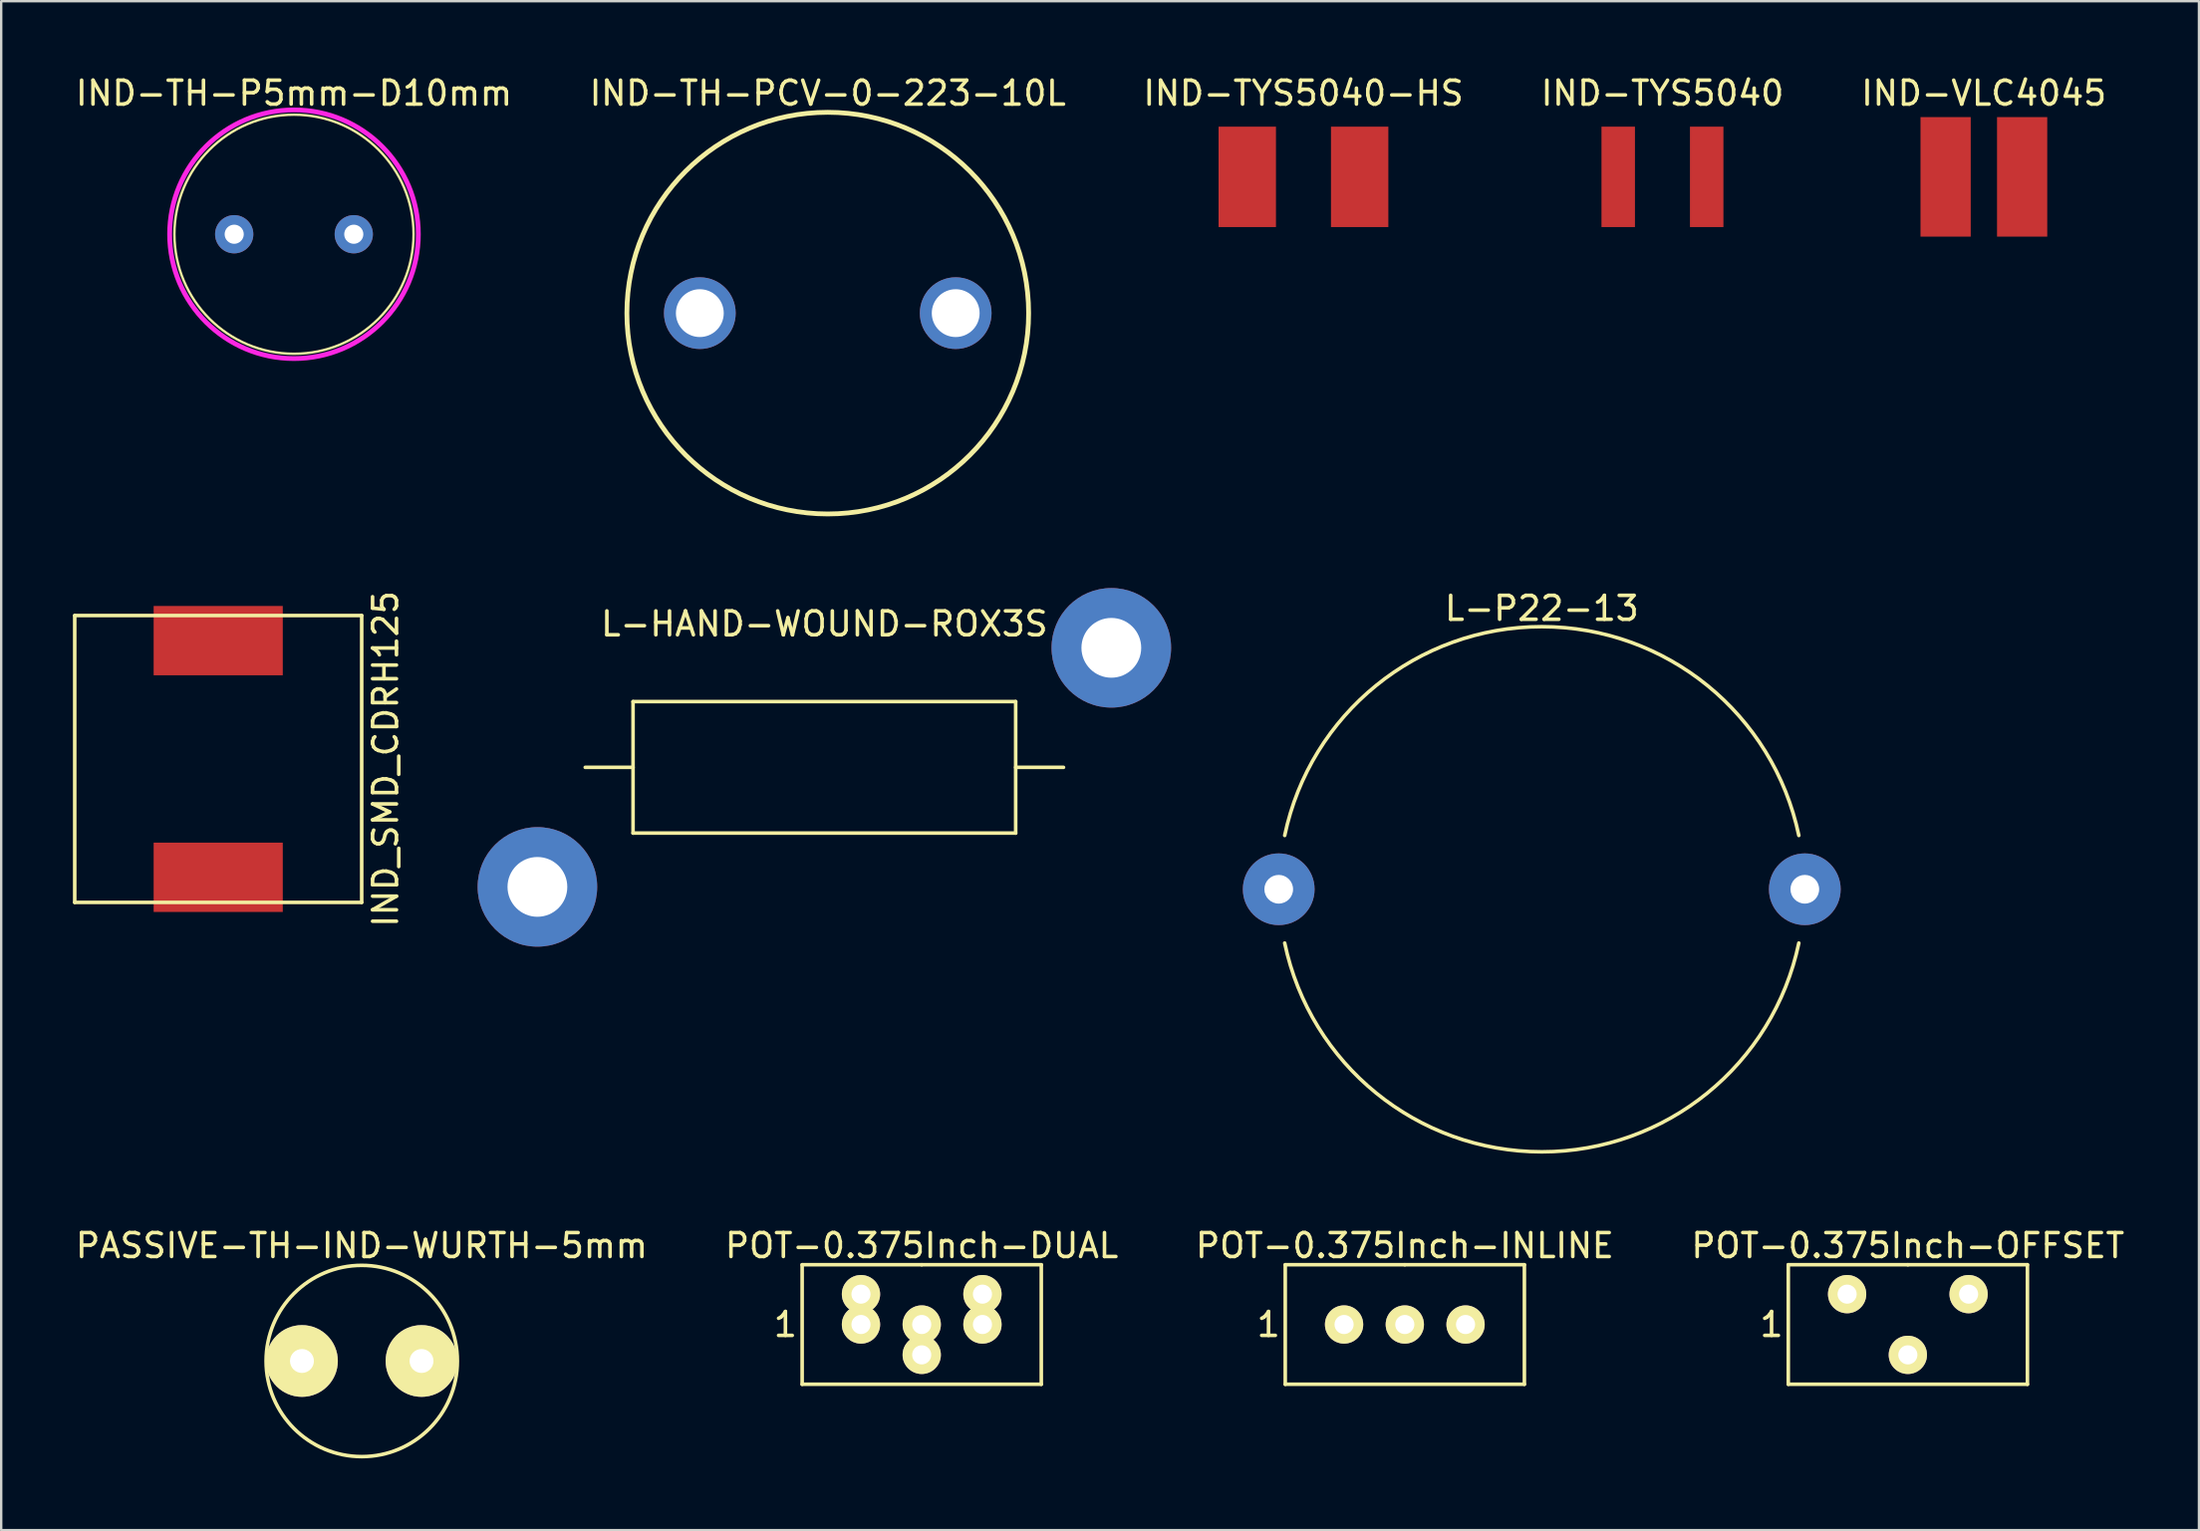
<source format=kicad_pcb>
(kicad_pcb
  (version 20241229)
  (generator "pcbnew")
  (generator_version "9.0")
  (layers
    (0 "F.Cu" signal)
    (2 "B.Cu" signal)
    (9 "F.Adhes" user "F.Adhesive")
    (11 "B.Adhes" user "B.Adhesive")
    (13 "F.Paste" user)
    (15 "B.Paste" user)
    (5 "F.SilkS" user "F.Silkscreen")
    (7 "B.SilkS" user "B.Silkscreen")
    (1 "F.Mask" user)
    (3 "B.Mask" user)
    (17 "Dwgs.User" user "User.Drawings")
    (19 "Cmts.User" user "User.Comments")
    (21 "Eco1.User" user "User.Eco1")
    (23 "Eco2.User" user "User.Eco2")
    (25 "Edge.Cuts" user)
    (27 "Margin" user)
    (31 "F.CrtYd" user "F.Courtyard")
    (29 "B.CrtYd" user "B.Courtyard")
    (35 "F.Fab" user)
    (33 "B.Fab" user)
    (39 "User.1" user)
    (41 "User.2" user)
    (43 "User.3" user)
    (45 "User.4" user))
  (footprint "POT-0.375Inch-DUAL"
    (layer "F.Cu")
    (at 35.494 52.353)
    (property "Reference" "POT-0.375Inch-DUAL" (at 0 -3.3 0) (layer "F.SilkS") (effects (font (size 1 1) (thickness 0.15))))
    (attr through_hole)
    (fp_line (start -5 -2.5) (end 0 -2.5) (stroke (width 0.15) (type solid)) (layer "F.SilkS"))
    (fp_line (start -5 2.5) (end -5 -2.5) (stroke (width 0.15) (type solid)) (layer "F.SilkS"))
    (fp_line (start 0 -2.5) (end 5 -2.5) (stroke (width 0.15) (type solid)) (layer "F.SilkS"))
    (fp_line (start 5 -2.5) (end 5 2.5) (stroke (width 0.15) (type solid)) (layer "F.SilkS"))
    (fp_line (start 5 2.5) (end -5 2.5) (stroke (width 0.15) (type solid)) (layer "F.SilkS"))
    (fp_text user "1" (at -5.7 0 0) (layer "F.SilkS") (effects (font (size 1 1) (thickness 0.15))))
    (pad "1" thru_hole circle (at -2.54 -1.27) (size 1.6 1.6) (drill 0.8) (layers "*.Cu" "*.Mask" "F.SilkS"))
    (pad "1" thru_hole circle (at -2.54 0) (size 1.6 1.6) (drill 0.8) (layers "*.Cu" "*.Mask" "F.SilkS"))
    (pad "2" thru_hole circle (at 0 0) (size 1.6 1.6) (drill 0.8) (layers "*.Cu" "*.Mask" "F.SilkS"))
    (pad "2" thru_hole circle (at 0 1.27) (size 1.6 1.6) (drill 0.8) (layers "*.Cu" "*.Mask" "F.SilkS"))
    (pad "3" thru_hole circle (at 2.54 -1.27) (size 1.6 1.6) (drill 0.8) (layers "*.Cu" "*.Mask" "F.SilkS"))
    (pad "3" thru_hole circle (at 2.54 0) (size 1.6 1.6) (drill 0.8) (layers "*.Cu" "*.Mask" "F.SilkS")))
  (footprint "IND-TYS5040"
    (layer "F.Cu")
    (at 66.47 4.348)
    (property "Reference" "IND-TYS5040" (at 0 -3.5 0) (layer "F.SilkS") (effects (font (size 1 1) (thickness 0.15))))
    (attr through_hole)
    (pad "1" smd rect (at -1.85 0) (size 1.4 4.2) (layers "F.Cu" "F.Mask" "F.Paste"))
    (pad "2" smd rect (at 1.85 0) (size 1.4 4.2) (layers "F.Cu" "F.Mask" "F.Paste")))
  (footprint "IND-VLC4045"
    (layer "F.Cu")
    (at 79.911 4.348)
    (property "Reference" "IND-VLC4045" (at 0 -3.5 0) (layer "F.SilkS") (effects (font (size 1 1) (thickness 0.15))))
    (attr through_hole)
    (pad "1" smd rect (at -1.6 0) (size 2.1 5) (layers "F.Cu" "F.Mask" "F.Paste"))
    (pad "2" smd rect (at 1.6 0) (size 2.1 5) (layers "F.Cu" "F.Mask" "F.Paste")))
  (footprint "POT-0.375Inch-OFFSET"
    (layer "F.Cu")
    (at 76.732 52.353)
    (property "Reference" "POT-0.375Inch-OFFSET" (at 0 -3.3 0) (layer "F.SilkS") (effects (font (size 1 1) (thickness 0.15))))
    (attr through_hole)
    (fp_line (start -5 -2.5) (end 0 -2.5) (stroke (width 0.15) (type solid)) (layer "F.SilkS"))
    (fp_line (start -5 2.5) (end -5 -2.5) (stroke (width 0.15) (type solid)) (layer "F.SilkS"))
    (fp_line (start 0 -2.5) (end 5 -2.5) (stroke (width 0.15) (type solid)) (layer "F.SilkS"))
    (fp_line (start 5 -2.5) (end 5 2.5) (stroke (width 0.15) (type solid)) (layer "F.SilkS"))
    (fp_line (start 5 2.5) (end -5 2.5) (stroke (width 0.15) (type solid)) (layer "F.SilkS"))
    (fp_text user "1" (at -5.7 0 0) (layer "F.SilkS") (effects (font (size 1 1) (thickness 0.15))))
    (pad "1" thru_hole circle (at -2.54 -1.27) (size 1.6 1.6) (drill 0.8) (layers "*.Cu" "*.Mask" "F.SilkS"))
    (pad "2" thru_hole circle (at 0 1.27) (size 1.6 1.6) (drill 0.8) (layers "*.Cu" "*.Mask" "F.SilkS"))
    (pad "3" thru_hole circle (at 2.54 -1.27) (size 1.6 1.6) (drill 0.8) (layers "*.Cu" "*.Mask" "F.SilkS")))
  (footprint "L-HAND-WOUND-ROX3S"
    (layer "F.Cu")
    (at 31.423 29.048)
    (property "Reference" "L-HAND-WOUND-ROX3S" (at 0 -6 0) (layer "F.SilkS") (effects (font (size 1 1) (thickness 0.15))))
    (attr through_hole)
    (fp_line (start -8 -2.75) (end 8 -2.75) (stroke (width 0.15) (type solid)) (layer "F.SilkS"))
    (fp_line (start -8 0) (end -10 0) (stroke (width 0.15) (type solid)) (layer "F.SilkS"))
    (fp_line (start -8 2.75) (end -8 -2.75) (stroke (width 0.15) (type solid)) (layer "F.SilkS"))
    (fp_line (start 8 -2.75) (end 8 2.75) (stroke (width 0.15) (type solid)) (layer "F.SilkS"))
    (fp_line (start 8 0) (end 10 0) (stroke (width 0.15) (type solid)) (layer "F.SilkS"))
    (fp_line (start 8 2.75) (end -8 2.75) (stroke (width 0.15) (type solid)) (layer "F.SilkS"))
    (pad "1" thru_hole circle (at -12 5) (size 5 5) (drill 2.5) (layers "*.Cu" "*.Mask"))
    (pad "2" thru_hole circle (at 12 -5) (size 5 5) (drill 2.5) (layers "*.Cu" "*.Mask")))
  (footprint "L-P22-13"
    (layer "F.Cu")
    (at 61.423 34.147)
    (property "Reference" "L-P22-13" (at 0 -11.75 0) (layer "F.SilkS") (effects (font (size 1 1) (thickness 0.15))))
    (attr through_hole)
    (fp_arc (start -10.749999 -2.250001) (mid 0.000001 -10.982941) (end 10.749999 -2.249999) (stroke (width 0.15) (type solid)) (layer "F.SilkS"))
    (fp_arc (start 10.749999 2.250001) (mid -0.000001 10.982941) (end -10.749999 2.249999) (stroke (width 0.15) (type solid)) (layer "F.SilkS"))
    (pad "1" thru_hole circle (at -11 0) (size 3 3) (drill 1.2) (layers "*.Cu" "*.Mask"))
    (pad "2" thru_hole circle (at 11 0) (size 3 3) (drill 1.2) (layers "*.Cu" "*.Mask")))
  (footprint "PASSIVE-TH-IND-WURTH-5mm"
    (layer "F.Cu")
    (at 12.077 53.879)
    (property "Reference" "PASSIVE-TH-IND-WURTH-5mm" (at 0 -4.826 0) (layer "F.SilkS") (effects (font (size 1 1) (thickness 0.15))))
    (attr through_hole)
    (fp_circle (center 0 0) (end 4 0) (stroke (width 0.15) (type solid)) (fill no) (layer "F.SilkS"))
    (pad "1" thru_hole circle (at -2.5 0) (size 3 3) (drill 1) (layers "*.Cu" "*.Mask" "F.SilkS"))
    (pad "2" thru_hole circle (at 2.5 0) (size 3 3) (drill 1) (layers "*.Cu" "*.Mask" "F.SilkS")))
  (footprint "IND-TH-P5mm-D10mm"
    (layer "F.Cu")
    (at 9.244 6.748)
    (property "Reference" "IND-TH-P5mm-D10mm" (at 0 -5.9 0) (layer "F.SilkS") (effects (font (size 1 1) (thickness 0.15))))
    (attr through_hole)
    (fp_circle (center 0 0) (end 5 0) (stroke (width 0.1) (type solid)) (fill no) (layer "F.SilkS"))
    (fp_circle (center 0 0) (end 5.2 0) (stroke (width 0.2) (type solid)) (fill no) (layer "F.CrtYd"))
    (pad "1" thru_hole circle (at -2.5 0) (size 1.6 1.6) (drill 0.8) (layers "*.Cu" "*.Mask"))
    (pad "2" thru_hole circle (at 2.5 0) (size 1.6 1.6) (drill 0.8) (layers "*.Cu" "*.Mask")))
  (footprint "POT-0.375Inch-INLINE"
    (layer "F.Cu")
    (at 55.696 52.353)
    (property "Reference" "POT-0.375Inch-INLINE" (at 0 -3.3 0) (layer "F.SilkS") (effects (font (size 1 1) (thickness 0.15))))
    (attr through_hole)
    (fp_line (start -5 -2.5) (end 0 -2.5) (stroke (width 0.15) (type solid)) (layer "F.SilkS"))
    (fp_line (start -5 2.5) (end -5 -2.5) (stroke (width 0.15) (type solid)) (layer "F.SilkS"))
    (fp_line (start 0 -2.5) (end 5 -2.5) (stroke (width 0.15) (type solid)) (layer "F.SilkS"))
    (fp_line (start 5 -2.5) (end 5 2.5) (stroke (width 0.15) (type solid)) (layer "F.SilkS"))
    (fp_line (start 5 2.5) (end -5 2.5) (stroke (width 0.15) (type solid)) (layer "F.SilkS"))
    (fp_text user "1" (at -5.7 0 0) (layer "F.SilkS") (effects (font (size 1 1) (thickness 0.15))))
    (pad "1" thru_hole circle (at -2.54 0) (size 1.6 1.6) (drill 0.8) (layers "*.Cu" "*.Mask" "F.SilkS"))
    (pad "2" thru_hole circle (at 0 0) (size 1.6 1.6) (drill 0.8) (layers "*.Cu" "*.Mask" "F.SilkS"))
    (pad "3" thru_hole circle (at 2.54 0) (size 1.6 1.6) (drill 0.8) (layers "*.Cu" "*.Mask" "F.SilkS")))
  (footprint "IND_SMD_CDRH125"
    (layer "F.Cu")
    (at 6.075 28.697)
    (property "Reference" "IND_SMD_CDRH125" (at 7 0 90) (layer "F.SilkS") (effects (font (size 1 1) (thickness 0.15))))
    (attr through_hole)
    (fp_line (start -6 -6) (end 6 -6) (stroke (width 0.15) (type solid)) (layer "F.SilkS"))
    (fp_line (start -6 6) (end -6 -6) (stroke (width 0.15) (type solid)) (layer "F.SilkS"))
    (fp_line (start 6 -6) (end 6 6) (stroke (width 0.15) (type solid)) (layer "F.SilkS"))
    (fp_line (start 6 6) (end -6 6) (stroke (width 0.15) (type solid)) (layer "F.SilkS"))
    (pad "1" smd rect (at 0 -4.95) (size 5.4 2.9) (layers "F.Cu" "F.Mask" "F.Paste"))
    (pad "2" smd rect (at 0 4.95) (size 5.4 2.9) (layers "F.Cu" "F.Mask" "F.Paste")))
  (footprint "IND-TH-PCV-0-223-10L"
    (layer "F.Cu")
    (at 31.565 10.048)
    (property "Reference" "IND-TH-PCV-0-223-10L" (at 0 -9.2 0) (layer "F.SilkS") (effects (font (size 1 1) (thickness 0.15))))
    (attr through_hole)
    (fp_circle (center 0 0) (end 8.4 0) (stroke (width 0.2) (type solid)) (fill no) (layer "F.SilkS"))
    (pad "1" thru_hole circle (at -5.35 0) (size 3 3) (drill 2) (layers "*.Cu" "*.Mask"))
    (pad "2" thru_hole circle (at 5.35 0) (size 3 3) (drill 2) (layers "*.Cu" "*.Mask")))
  (footprint "IND-TYS5040-HS"
    (layer "F.Cu")
    (at 51.458 4.348)
    (property "Reference" "IND-TYS5040-HS" (at 0 -3.5 0) (layer "F.SilkS") (effects (font (size 1 1) (thickness 0.15))))
    (attr through_hole)
    (pad "1" smd rect (at -2.35 0) (size 2.4 4.2) (layers "F.Cu" "F.Mask" "F.Paste"))
    (pad "2" smd rect (at 2.35 0) (size 2.4 4.2) (layers "F.Cu" "F.Mask" "F.Paste")))
  (gr_rect
    (start -3 -3)
    (end 88.905 60.954)
    (stroke (width 0.1) (type default))
    (fill no)
    (layer "Edge.Cuts")))
</source>
